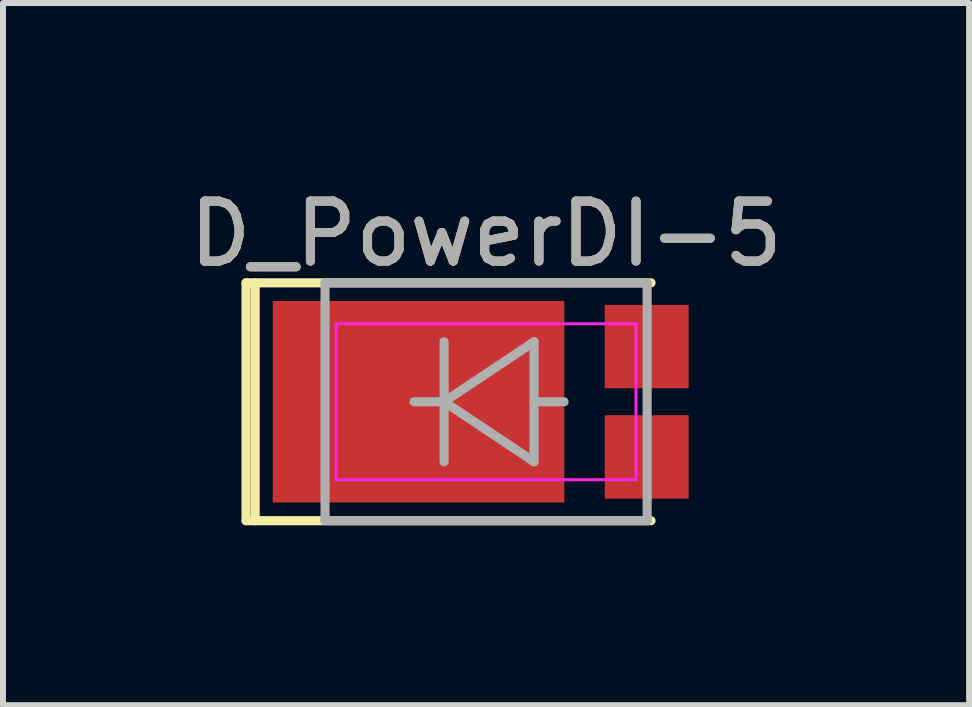
<source format=kicad_pcb>
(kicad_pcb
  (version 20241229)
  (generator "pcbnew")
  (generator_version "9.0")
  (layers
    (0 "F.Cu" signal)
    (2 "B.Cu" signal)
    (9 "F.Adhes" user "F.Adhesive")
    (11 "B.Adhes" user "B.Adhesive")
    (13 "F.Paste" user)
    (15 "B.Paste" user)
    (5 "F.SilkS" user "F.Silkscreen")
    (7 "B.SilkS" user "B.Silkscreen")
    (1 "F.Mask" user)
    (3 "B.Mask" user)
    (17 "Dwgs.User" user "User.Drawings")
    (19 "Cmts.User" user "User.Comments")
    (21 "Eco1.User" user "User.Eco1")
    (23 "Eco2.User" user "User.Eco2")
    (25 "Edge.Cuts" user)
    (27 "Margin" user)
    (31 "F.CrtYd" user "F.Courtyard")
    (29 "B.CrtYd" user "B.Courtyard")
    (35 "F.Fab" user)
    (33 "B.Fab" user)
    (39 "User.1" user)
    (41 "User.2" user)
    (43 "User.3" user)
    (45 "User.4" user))
  (footprint "D_PowerDI-5"
    (layer "F.Cu")
    (at 5.054 3.648)
    (property "Reference" "D_PowerDI-5" (at 0 -2.8 0) (layer "F.SilkS") (effects (font (size 1 1) (thickness 0.15))))
    (attr smd)
    (fp_line (start -4.002 -1.983) (end -4.002 1.983) (stroke (width 0.152) (type solid)) (layer "F.SilkS"))
    (fp_line (start -4.002 1.983) (end 2.75 1.983) (stroke (width 0.152) (type solid)) (layer "F.SilkS"))
    (fp_line (start -3.85 -1.983) (end -3.85 1.983) (stroke (width 0.152) (type solid)) (layer "F.SilkS"))
    (fp_line (start 2.75 -1.983) (end -4.002 -1.983) (stroke (width 0.152) (type solid)) (layer "F.SilkS"))
    (fp_line (start -2.5 -1.3) (end 2.5 -1.3) (stroke (width 0.05) (type solid)) (layer "F.CrtYd"))
    (fp_line (start -2.5 1.3) (end -2.5 -1.3) (stroke (width 0.05) (type solid)) (layer "F.CrtYd"))
    (fp_line (start 2.5 -1.3) (end 2.5 1.3) (stroke (width 0.05) (type solid)) (layer "F.CrtYd"))
    (fp_line (start 2.5 1.3) (end -2.5 1.3) (stroke (width 0.05) (type solid)) (layer "F.CrtYd"))
    (fp_line (start -2.685 -1.983) (end 2.685 -1.983) (stroke (width 0.152) (type solid)) (layer "F.Fab"))
    (fp_line (start -2.685 1.983) (end -2.685 -1.983) (stroke (width 0.152) (type solid)) (layer "F.Fab"))
    (fp_line (start -0.7 -1) (end -0.7 1) (stroke (width 0.152) (type solid)) (layer "F.Fab"))
    (fp_line (start -0.7 0) (end -1.2 0) (stroke (width 0.152) (type solid)) (layer "F.Fab"))
    (fp_line (start -0.7 0) (end 0.8 -1) (stroke (width 0.152) (type solid)) (layer "F.Fab"))
    (fp_line (start 0.8 -1) (end 0.8 1) (stroke (width 0.152) (type solid)) (layer "F.Fab"))
    (fp_line (start 0.8 0) (end 1.3 0) (stroke (width 0.152) (type solid)) (layer "F.Fab"))
    (fp_line (start 0.8 1) (end -0.7 0) (stroke (width 0.152) (type solid)) (layer "F.Fab"))
    (fp_line (start 2.685 -1.983) (end 2.685 1.983) (stroke (width 0.152) (type solid)) (layer "F.Fab"))
    (fp_line (start 2.685 1.983) (end -2.685 1.983) (stroke (width 0.152) (type solid)) (layer "F.Fab"))
    (fp_text user "${REFERENCE}" (at 0 -2.8 0) (layer "F.Fab") (effects (font (size 1 1) (thickness 0.15))))
    (pad "1" smd rect (at -1.126 0 180) (size 4.86 3.36) (layers "F.Cu" "F.Mask" "F.Paste"))
    (pad "2" smd rect (at 2.678 -0.92 90) (size 1.39 1.4) (layers "F.Cu" "F.Mask" "F.Paste"))
    (pad "2" smd rect (at 2.678 0.92 270) (size 1.39 1.4) (layers "F.Cu" "F.Mask" "F.Paste")))
  (gr_rect
    (start -3 -3)
    (end 13.107 8.707)
    (stroke (width 0.1) (type default))
    (fill no)
    (layer "Edge.Cuts")))
</source>
